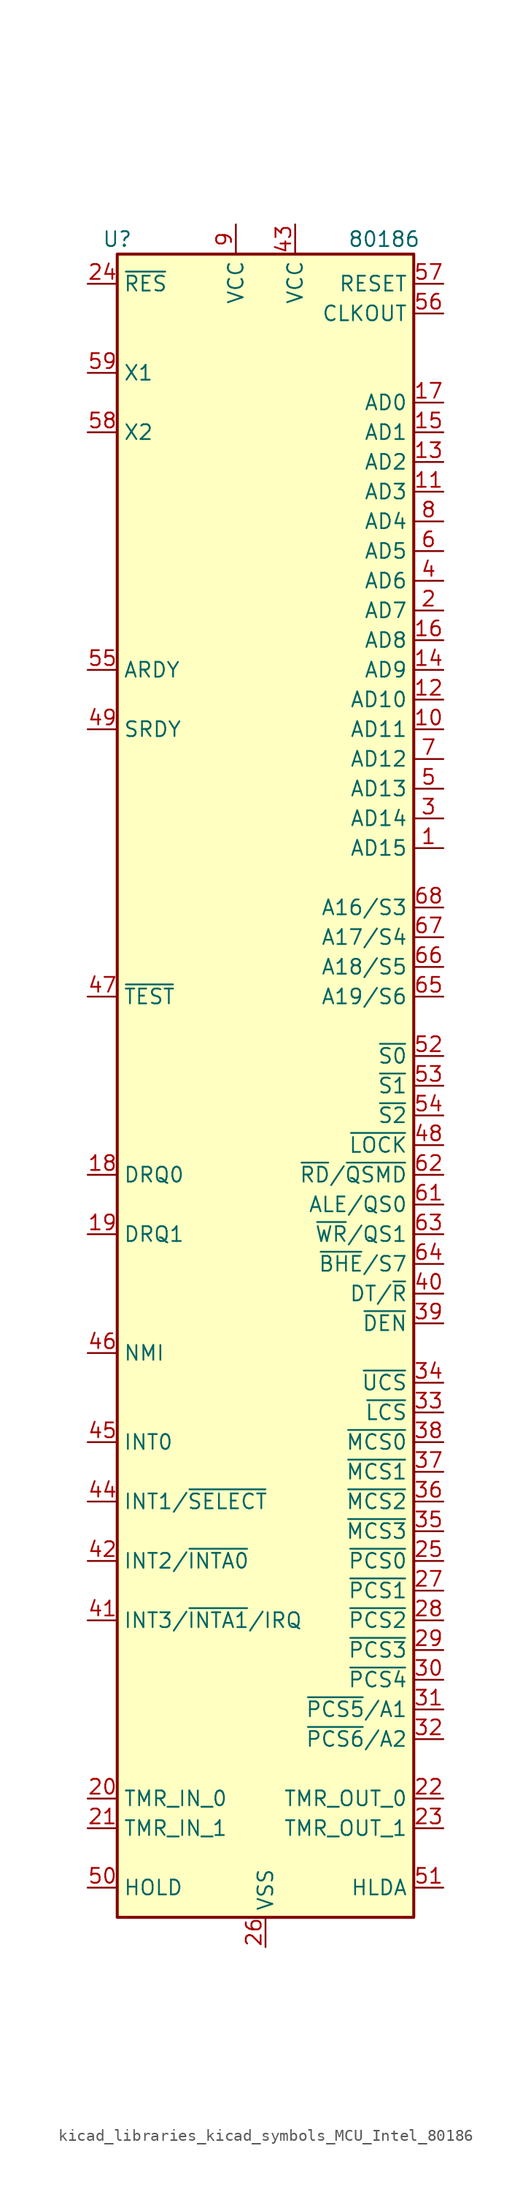
<source format=kicad_sym>
(kicad_symbol_lib
  (version 20220914)
  (generator kicad_symbol_editor)
  (symbol "kicad_libraries_kicad_symbols_MCU_Intel_80186"
    (property "Reference" "U"
      (at -12.7 72.39 0)
      (effects (font (size 1.27 1.27))))
    (property "Value" "80186"
      (at 10.16 72.39 0)
      (effects (font (size 1.27 1.27))))
    (symbol "kicad_libraries_kicad_symbols_MCU_Intel_80186_0_1"
      (rectangle (start 12.7 -71.12) (end -12.7 71.12) (stroke (width 0.254) (type default)) (fill (type background))))
    (symbol "kicad_libraries_kicad_symbols_MCU_Intel_80186_1_1"
      (pin bidirectional line (at 15.24 20.32 180) (length 2.54) (name "AD15" (effects (font (size 1.27 1.27)))) (number "1" (effects (font (size 1.27 1.27)))))
      (pin bidirectional line (at 15.24 30.48 180) (length 2.54) (name "AD11" (effects (font (size 1.27 1.27)))) (number "10" (effects (font (size 1.27 1.27)))))
      (pin bidirectional line (at 15.24 50.8 180) (length 2.54) (name "AD3" (effects (font (size 1.27 1.27)))) (number "11" (effects (font (size 1.27 1.27)))))
      (pin bidirectional line (at 15.24 33.02 180) (length 2.54) (name "AD10" (effects (font (size 1.27 1.27)))) (number "12" (effects (font (size 1.27 1.27)))))
      (pin bidirectional line (at 15.24 53.34 180) (length 2.54) (name "AD2" (effects (font (size 1.27 1.27)))) (number "13" (effects (font (size 1.27 1.27)))))
      (pin bidirectional line (at 15.24 35.56 180) (length 2.54) (name "AD9" (effects (font (size 1.27 1.27)))) (number "14" (effects (font (size 1.27 1.27)))))
      (pin bidirectional line (at 15.24 55.88 180) (length 2.54) (name "AD1" (effects (font (size 1.27 1.27)))) (number "15" (effects (font (size 1.27 1.27)))))
      (pin bidirectional line (at 15.24 38.1 180) (length 2.54) (name "AD8" (effects (font (size 1.27 1.27)))) (number "16" (effects (font (size 1.27 1.27)))))
      (pin bidirectional line (at 15.24 58.42 180) (length 2.54) (name "AD0" (effects (font (size 1.27 1.27)))) (number "17" (effects (font (size 1.27 1.27)))))
      (pin input line (at -15.24 -7.62 0) (length 2.54) (name "DRQ0" (effects (font (size 1.27 1.27)))) (number "18" (effects (font (size 1.27 1.27)))))
      (pin input line (at -15.24 -12.7 0) (length 2.54) (name "DRQ1" (effects (font (size 1.27 1.27)))) (number "19" (effects (font (size 1.27 1.27)))))
      (pin bidirectional line (at 15.24 40.64 180) (length 2.54) (name "AD7" (effects (font (size 1.27 1.27)))) (number "2" (effects (font (size 1.27 1.27)))))
      (pin input line (at -15.24 -60.96 0) (length 2.54) (name "TMR_IN_0" (effects (font (size 1.27 1.27)))) (number "20" (effects (font (size 1.27 1.27)))))
      (pin input line (at -15.24 -63.5 0) (length 2.54) (name "TMR_IN_1" (effects (font (size 1.27 1.27)))) (number "21" (effects (font (size 1.27 1.27)))))
      (pin output line (at 15.24 -60.96 180) (length 2.54) (name "TMR_OUT_0" (effects (font (size 1.27 1.27)))) (number "22" (effects (font (size 1.27 1.27)))))
      (pin output line (at 15.24 -63.5 180) (length 2.54) (name "TMR_OUT_1" (effects (font (size 1.27 1.27)))) (number "23" (effects (font (size 1.27 1.27)))))
      (pin input line (at -15.24 68.58 0) (length 2.54) (name "~{RES}" (effects (font (size 1.27 1.27)))) (number "24" (effects (font (size 1.27 1.27)))))
      (pin output line (at 15.24 -40.64 180) (length 2.54) (name "~{PCS0}" (effects (font (size 1.27 1.27)))) (number "25" (effects (font (size 1.27 1.27)))))
      (pin power_in line (at 0 -73.66 90) (length 2.54) (name "VSS" (effects (font (size 1.27 1.27)))) (number "26" (effects (font (size 1.27 1.27)))))
      (pin output line (at 15.24 -43.18 180) (length 2.54) (name "~{PCS1}" (effects (font (size 1.27 1.27)))) (number "27" (effects (font (size 1.27 1.27)))))
      (pin output line (at 15.24 -45.72 180) (length 2.54) (name "~{PCS2}" (effects (font (size 1.27 1.27)))) (number "28" (effects (font (size 1.27 1.27)))))
      (pin output line (at 15.24 -48.26 180) (length 2.54) (name "~{PCS3}" (effects (font (size 1.27 1.27)))) (number "29" (effects (font (size 1.27 1.27)))))
      (pin bidirectional line (at 15.24 22.86 180) (length 2.54) (name "AD14" (effects (font (size 1.27 1.27)))) (number "3" (effects (font (size 1.27 1.27)))))
      (pin output line (at 15.24 -50.8 180) (length 2.54) (name "~{PCS4}" (effects (font (size 1.27 1.27)))) (number "30" (effects (font (size 1.27 1.27)))))
      (pin output line (at 15.24 -53.34 180) (length 2.54) (name "~{PCS5}/A1" (effects (font (size 1.27 1.27)))) (number "31" (effects (font (size 1.27 1.27)))))
      (pin output line (at 15.24 -55.88 180) (length 2.54) (name "~{PCS6}/A2" (effects (font (size 1.27 1.27)))) (number "32" (effects (font (size 1.27 1.27)))))
      (pin output line (at 15.24 -27.94 180) (length 2.54) (name "~{LCS}" (effects (font (size 1.27 1.27)))) (number "33" (effects (font (size 1.27 1.27)))))
      (pin output line (at 15.24 -25.4 180) (length 2.54) (name "~{UCS}" (effects (font (size 1.27 1.27)))) (number "34" (effects (font (size 1.27 1.27)))))
      (pin output line (at 15.24 -38.1 180) (length 2.54) (name "~{MCS3}" (effects (font (size 1.27 1.27)))) (number "35" (effects (font (size 1.27 1.27)))))
      (pin output line (at 15.24 -35.56 180) (length 2.54) (name "~{MCS2}" (effects (font (size 1.27 1.27)))) (number "36" (effects (font (size 1.27 1.27)))))
      (pin output line (at 15.24 -33.02 180) (length 2.54) (name "~{MCS1}" (effects (font (size 1.27 1.27)))) (number "37" (effects (font (size 1.27 1.27)))))
      (pin output line (at 15.24 -30.48 180) (length 2.54) (name "~{MCS0}" (effects (font (size 1.27 1.27)))) (number "38" (effects (font (size 1.27 1.27)))))
      (pin output line (at 15.24 -20.32 180) (length 2.54) (name "~{DEN}" (effects (font (size 1.27 1.27)))) (number "39" (effects (font (size 1.27 1.27)))))
      (pin bidirectional line (at 15.24 43.18 180) (length 2.54) (name "AD6" (effects (font (size 1.27 1.27)))) (number "4" (effects (font (size 1.27 1.27)))))
      (pin output line (at 15.24 -17.78 180) (length 2.54) (name "DT/~{R}" (effects (font (size 1.27 1.27)))) (number "40" (effects (font (size 1.27 1.27)))))
      (pin bidirectional line (at -15.24 -45.72 0) (length 2.54) (name "INT3/~{INTA1}/IRQ" (effects (font (size 1.27 1.27)))) (number "41" (effects (font (size 1.27 1.27)))))
      (pin bidirectional line (at -15.24 -40.64 0) (length 2.54) (name "INT2/~{INTA0}" (effects (font (size 1.27 1.27)))) (number "42" (effects (font (size 1.27 1.27)))))
      (pin power_in line (at 2.54 73.66 270) (length 2.54) (name "VCC" (effects (font (size 1.27 1.27)))) (number "43" (effects (font (size 1.27 1.27)))))
      (pin input line (at -15.24 -35.56 0) (length 2.54) (name "INT1/~{SELECT}" (effects (font (size 1.27 1.27)))) (number "44" (effects (font (size 1.27 1.27)))))
      (pin input line (at -15.24 -30.48 0) (length 2.54) (name "INT0" (effects (font (size 1.27 1.27)))) (number "45" (effects (font (size 1.27 1.27)))))
      (pin input line (at -15.24 -22.86 0) (length 2.54) (name "NMI" (effects (font (size 1.27 1.27)))) (number "46" (effects (font (size 1.27 1.27)))))
      (pin bidirectional line (at -15.24 7.62 0) (length 2.54) (name "~{TEST}" (effects (font (size 1.27 1.27)))) (number "47" (effects (font (size 1.27 1.27)))))
      (pin output line (at 15.24 -5.08 180) (length 2.54) (name "~{LOCK}" (effects (font (size 1.27 1.27)))) (number "48" (effects (font (size 1.27 1.27)))))
      (pin input line (at -15.24 30.48 0) (length 2.54) (name "SRDY" (effects (font (size 1.27 1.27)))) (number "49" (effects (font (size 1.27 1.27)))))
      (pin bidirectional line (at 15.24 25.4 180) (length 2.54) (name "AD13" (effects (font (size 1.27 1.27)))) (number "5" (effects (font (size 1.27 1.27)))))
      (pin input line (at -15.24 -68.58 0) (length 2.54) (name "HOLD" (effects (font (size 1.27 1.27)))) (number "50" (effects (font (size 1.27 1.27)))))
      (pin output line (at 15.24 -68.58 180) (length 2.54) (name "HLDA" (effects (font (size 1.27 1.27)))) (number "51" (effects (font (size 1.27 1.27)))))
      (pin output line (at 15.24 2.54 180) (length 2.54) (name "~{S0}" (effects (font (size 1.27 1.27)))) (number "52" (effects (font (size 1.27 1.27)))))
      (pin output line (at 15.24 0 180) (length 2.54) (name "~{S1}" (effects (font (size 1.27 1.27)))) (number "53" (effects (font (size 1.27 1.27)))))
      (pin output line (at 15.24 -2.54 180) (length 2.54) (name "~{S2}" (effects (font (size 1.27 1.27)))) (number "54" (effects (font (size 1.27 1.27)))))
      (pin input line (at -15.24 35.56 0) (length 2.54) (name "ARDY" (effects (font (size 1.27 1.27)))) (number "55" (effects (font (size 1.27 1.27)))))
      (pin output line (at 15.24 66.04 180) (length 2.54) (name "CLKOUT" (effects (font (size 1.27 1.27)))) (number "56" (effects (font (size 1.27 1.27)))))
      (pin output line (at 15.24 68.58 180) (length 2.54) (name "RESET" (effects (font (size 1.27 1.27)))) (number "57" (effects (font (size 1.27 1.27)))))
      (pin output line (at -15.24 55.88 0) (length 2.54) (name "X2" (effects (font (size 1.27 1.27)))) (number "58" (effects (font (size 1.27 1.27)))))
      (pin input line (at -15.24 60.96 0) (length 2.54) (name "X1" (effects (font (size 1.27 1.27)))) (number "59" (effects (font (size 1.27 1.27)))))
      (pin bidirectional line (at 15.24 45.72 180) (length 2.54) (name "AD5" (effects (font (size 1.27 1.27)))) (number "6" (effects (font (size 1.27 1.27)))))
      (pin passive line (at 0 -73.66 90) (length 2.54) hide (name "VSS" (effects (font (size 1.27 1.27)))) (number "60" (effects (font (size 1.27 1.27)))))
      (pin output line (at 15.24 -10.16 180) (length 2.54) (name "ALE/QS0" (effects (font (size 1.27 1.27)))) (number "61" (effects (font (size 1.27 1.27)))))
      (pin output line (at 15.24 -7.62 180) (length 2.54) (name "~{RD}/~{QSMD}" (effects (font (size 1.27 1.27)))) (number "62" (effects (font (size 1.27 1.27)))))
      (pin output line (at 15.24 -12.7 180) (length 2.54) (name "~{WR}/QS1" (effects (font (size 1.27 1.27)))) (number "63" (effects (font (size 1.27 1.27)))))
      (pin output line (at 15.24 -15.24 180) (length 2.54) (name "~{BHE}/S7" (effects (font (size 1.27 1.27)))) (number "64" (effects (font (size 1.27 1.27)))))
      (pin output line (at 15.24 7.62 180) (length 2.54) (name "A19/S6" (effects (font (size 1.27 1.27)))) (number "65" (effects (font (size 1.27 1.27)))))
      (pin output line (at 15.24 10.16 180) (length 2.54) (name "A18/S5" (effects (font (size 1.27 1.27)))) (number "66" (effects (font (size 1.27 1.27)))))
      (pin output line (at 15.24 12.7 180) (length 2.54) (name "A17/S4" (effects (font (size 1.27 1.27)))) (number "67" (effects (font (size 1.27 1.27)))))
      (pin output line (at 15.24 15.24 180) (length 2.54) (name "A16/S3" (effects (font (size 1.27 1.27)))) (number "68" (effects (font (size 1.27 1.27)))))
      (pin bidirectional line (at 15.24 27.94 180) (length 2.54) (name "AD12" (effects (font (size 1.27 1.27)))) (number "7" (effects (font (size 1.27 1.27)))))
      (pin bidirectional line (at 15.24 48.26 180) (length 2.54) (name "AD4" (effects (font (size 1.27 1.27)))) (number "8" (effects (font (size 1.27 1.27)))))
      (pin power_in line (at -2.54 73.66 270) (length 2.54) (name "VCC" (effects (font (size 1.27 1.27)))) (number "9" (effects (font (size 1.27 1.27))))))))
</source>
